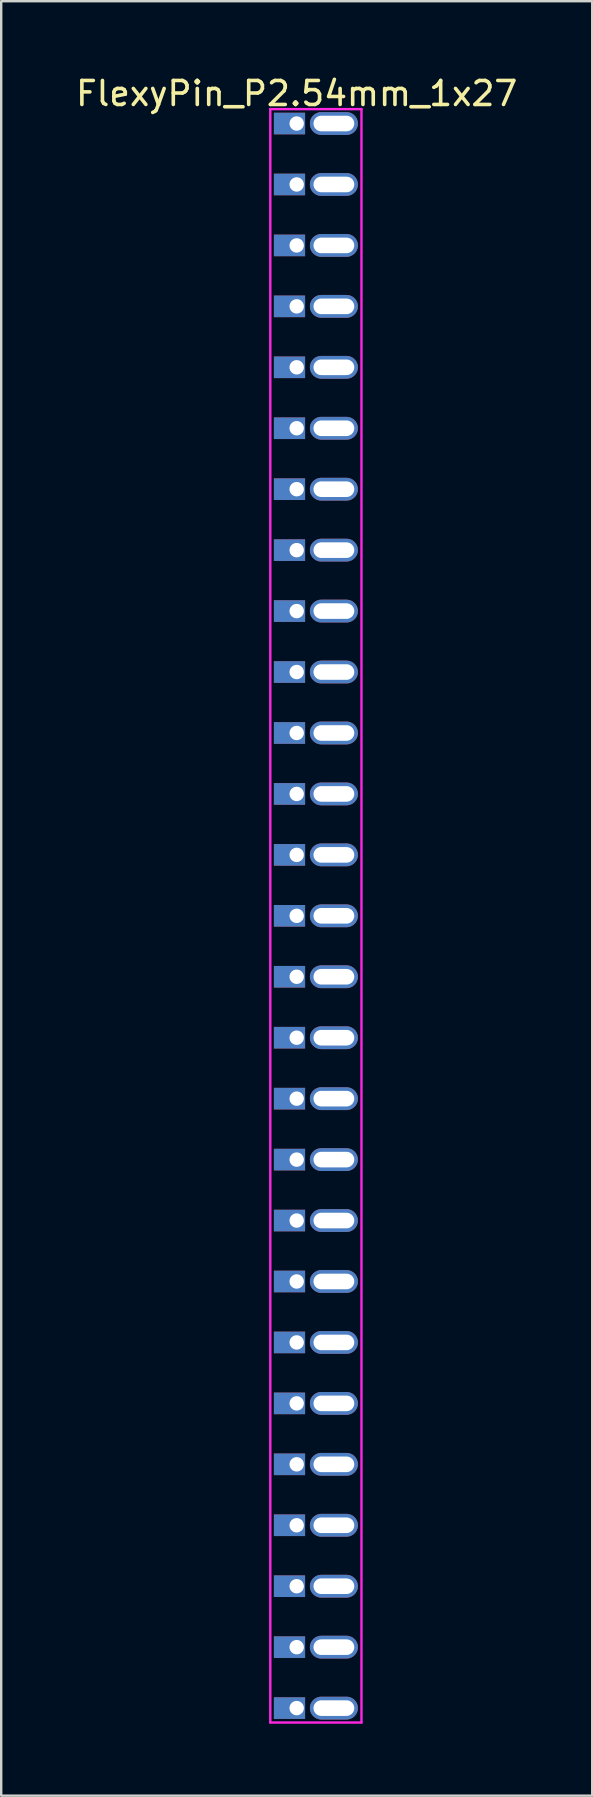
<source format=kicad_pcb>
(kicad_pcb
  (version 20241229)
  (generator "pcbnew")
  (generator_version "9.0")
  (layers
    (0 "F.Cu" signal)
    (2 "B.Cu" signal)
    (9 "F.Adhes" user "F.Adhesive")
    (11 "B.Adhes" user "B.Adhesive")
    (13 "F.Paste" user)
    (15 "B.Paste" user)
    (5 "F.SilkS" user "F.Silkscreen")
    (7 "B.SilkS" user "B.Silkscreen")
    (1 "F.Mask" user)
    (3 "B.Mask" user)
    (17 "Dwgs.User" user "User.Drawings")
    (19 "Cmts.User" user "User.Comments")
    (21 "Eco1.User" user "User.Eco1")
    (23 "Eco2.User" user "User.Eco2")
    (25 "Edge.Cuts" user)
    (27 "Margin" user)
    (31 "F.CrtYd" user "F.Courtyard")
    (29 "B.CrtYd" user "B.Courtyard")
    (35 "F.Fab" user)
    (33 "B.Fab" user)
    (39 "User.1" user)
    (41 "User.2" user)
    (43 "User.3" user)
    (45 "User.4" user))
  (footprint "FlexyPin_P2.54mm_1x27"
    (layer "F.Cu")
    (at 9.315 2.098)
    (property "Reference" "FlexyPin_P2.54mm_1x27" (at 0 -1.25 0) (layer "F.SilkS") (effects (font (size 1 1) (thickness 0.15))))
    (attr through_hole)
    (fp_line (start -1.1 -0.6) (end 2.7 -0.6) (stroke (width 0.1) (type solid)) (layer "F.CrtYd"))
    (fp_line (start -1.1 66.64) (end -1.1 -0.6) (stroke (width 0.1) (type solid)) (layer "F.CrtYd"))
    (fp_line (start 2.7 -0.6) (end 2.7 66.64) (stroke (width 0.1) (type solid)) (layer "F.CrtYd"))
    (fp_line (start 2.7 66.64) (end -1.1 66.64) (stroke (width 0.1) (type solid)) (layer "F.CrtYd"))
    (pad "" thru_hole oval (at 1.55 0) (size 2 0.95) (drill oval 1.7 0.65) (layers "*.Cu" "*.Mask"))
    (pad "" thru_hole oval (at 1.55 2.54) (size 2 0.95) (drill oval 1.7 0.65) (layers "*.Cu" "*.Mask"))
    (pad "" thru_hole oval (at 1.55 5.08) (size 2 0.95) (drill oval 1.7 0.65) (layers "*.Cu" "*.Mask"))
    (pad "" thru_hole oval (at 1.55 7.62) (size 2 0.95) (drill oval 1.7 0.65) (layers "*.Cu" "*.Mask"))
    (pad "" thru_hole oval (at 1.55 10.16) (size 2 0.95) (drill oval 1.7 0.65) (layers "*.Cu" "*.Mask"))
    (pad "" thru_hole oval (at 1.55 12.7) (size 2 0.95) (drill oval 1.7 0.65) (layers "*.Cu" "*.Mask"))
    (pad "" thru_hole oval (at 1.55 15.24) (size 2 0.95) (drill oval 1.7 0.65) (layers "*.Cu" "*.Mask"))
    (pad "" thru_hole oval (at 1.55 17.78) (size 2 0.95) (drill oval 1.7 0.65) (layers "*.Cu" "*.Mask"))
    (pad "" thru_hole oval (at 1.55 20.32) (size 2 0.95) (drill oval 1.7 0.65) (layers "*.Cu" "*.Mask"))
    (pad "" thru_hole oval (at 1.55 22.86) (size 2 0.95) (drill oval 1.7 0.65) (layers "*.Cu" "*.Mask"))
    (pad "" thru_hole oval (at 1.55 25.4) (size 2 0.95) (drill oval 1.7 0.65) (layers "*.Cu" "*.Mask"))
    (pad "" thru_hole oval (at 1.55 27.94) (size 2 0.95) (drill oval 1.7 0.65) (layers "*.Cu" "*.Mask"))
    (pad "" thru_hole oval (at 1.55 30.48) (size 2 0.95) (drill oval 1.7 0.65) (layers "*.Cu" "*.Mask"))
    (pad "" thru_hole oval (at 1.55 33.02) (size 2 0.95) (drill oval 1.7 0.65) (layers "*.Cu" "*.Mask"))
    (pad "" thru_hole oval (at 1.55 35.56) (size 2 0.95) (drill oval 1.7 0.65) (layers "*.Cu" "*.Mask"))
    (pad "" thru_hole oval (at 1.55 38.1) (size 2 0.95) (drill oval 1.7 0.65) (layers "*.Cu" "*.Mask"))
    (pad "" thru_hole oval (at 1.55 40.64) (size 2 0.95) (drill oval 1.7 0.65) (layers "*.Cu" "*.Mask"))
    (pad "" thru_hole oval (at 1.55 43.18) (size 2 0.95) (drill oval 1.7 0.65) (layers "*.Cu" "*.Mask"))
    (pad "" thru_hole oval (at 1.55 45.72) (size 2 0.95) (drill oval 1.7 0.65) (layers "*.Cu" "*.Mask"))
    (pad "" thru_hole oval (at 1.55 48.26) (size 2 0.95) (drill oval 1.7 0.65) (layers "*.Cu" "*.Mask"))
    (pad "" thru_hole oval (at 1.55 50.8) (size 2 0.95) (drill oval 1.7 0.65) (layers "*.Cu" "*.Mask"))
    (pad "" thru_hole oval (at 1.55 53.34) (size 2 0.95) (drill oval 1.7 0.65) (layers "*.Cu" "*.Mask"))
    (pad "" thru_hole oval (at 1.55 55.88) (size 2 0.95) (drill oval 1.7 0.65) (layers "*.Cu" "*.Mask"))
    (pad "" thru_hole oval (at 1.55 58.42) (size 2 0.95) (drill oval 1.7 0.65) (layers "*.Cu" "*.Mask"))
    (pad "" thru_hole oval (at 1.55 60.96) (size 2 0.95) (drill oval 1.7 0.65) (layers "*.Cu" "*.Mask"))
    (pad "" thru_hole oval (at 1.55 63.5) (size 2 0.95) (drill oval 1.7 0.65) (layers "*.Cu" "*.Mask"))
    (pad "" thru_hole oval (at 1.55 66.04) (size 2 0.95) (drill oval 1.7 0.65) (layers "*.Cu" "*.Mask"))
    (pad "1" thru_hole rect (at 0 0) (size 1.3 0.9) (drill 0.6 (offset -0.3 0)) (layers "*.Cu" "*.Mask"))
    (pad "2" thru_hole rect (at 0 2.54) (size 1.3 0.9) (drill 0.6 (offset -0.3 0)) (layers "*.Cu" "*.Mask"))
    (pad "3" thru_hole rect (at 0 5.08) (size 1.3 0.9) (drill 0.6 (offset -0.3 0)) (layers "*.Cu" "*.Mask"))
    (pad "4" thru_hole rect (at 0 7.62) (size 1.3 0.9) (drill 0.6 (offset -0.3 0)) (layers "*.Cu" "*.Mask"))
    (pad "5" thru_hole rect (at 0 10.16) (size 1.3 0.9) (drill 0.6 (offset -0.3 0)) (layers "*.Cu" "*.Mask"))
    (pad "6" thru_hole rect (at 0 12.7) (size 1.3 0.9) (drill 0.6 (offset -0.3 0)) (layers "*.Cu" "*.Mask"))
    (pad "7" thru_hole rect (at 0 15.24) (size 1.3 0.9) (drill 0.6 (offset -0.3 0)) (layers "*.Cu" "*.Mask"))
    (pad "8" thru_hole rect (at 0 17.78) (size 1.3 0.9) (drill 0.6 (offset -0.3 0)) (layers "*.Cu" "*.Mask"))
    (pad "9" thru_hole rect (at 0 20.32) (size 1.3 0.9) (drill 0.6 (offset -0.3 0)) (layers "*.Cu" "*.Mask"))
    (pad "10" thru_hole rect (at 0 22.86) (size 1.3 0.9) (drill 0.6 (offset -0.3 0)) (layers "*.Cu" "*.Mask"))
    (pad "11" thru_hole rect (at 0 25.4) (size 1.3 0.9) (drill 0.6 (offset -0.3 0)) (layers "*.Cu" "*.Mask"))
    (pad "12" thru_hole rect (at 0 27.94) (size 1.3 0.9) (drill 0.6 (offset -0.3 0)) (layers "*.Cu" "*.Mask"))
    (pad "13" thru_hole rect (at 0 30.48) (size 1.3 0.9) (drill 0.6 (offset -0.3 0)) (layers "*.Cu" "*.Mask"))
    (pad "14" thru_hole rect (at 0 33.02) (size 1.3 0.9) (drill 0.6 (offset -0.3 0)) (layers "*.Cu" "*.Mask"))
    (pad "15" thru_hole rect (at 0 35.56) (size 1.3 0.9) (drill 0.6 (offset -0.3 0)) (layers "*.Cu" "*.Mask"))
    (pad "16" thru_hole rect (at 0 38.1) (size 1.3 0.9) (drill 0.6 (offset -0.3 0)) (layers "*.Cu" "*.Mask"))
    (pad "17" thru_hole rect (at 0 40.64) (size 1.3 0.9) (drill 0.6 (offset -0.3 0)) (layers "*.Cu" "*.Mask"))
    (pad "18" thru_hole rect (at 0 43.18) (size 1.3 0.9) (drill 0.6 (offset -0.3 0)) (layers "*.Cu" "*.Mask"))
    (pad "19" thru_hole rect (at 0 45.72) (size 1.3 0.9) (drill 0.6 (offset -0.3 0)) (layers "*.Cu" "*.Mask"))
    (pad "20" thru_hole rect (at 0 48.26) (size 1.3 0.9) (drill 0.6 (offset -0.3 0)) (layers "*.Cu" "*.Mask"))
    (pad "21" thru_hole rect (at 0 50.8) (size 1.3 0.9) (drill 0.6 (offset -0.3 0)) (layers "*.Cu" "*.Mask"))
    (pad "22" thru_hole rect (at 0 53.34) (size 1.3 0.9) (drill 0.6 (offset -0.3 0)) (layers "*.Cu" "*.Mask"))
    (pad "23" thru_hole rect (at 0 55.88) (size 1.3 0.9) (drill 0.6 (offset -0.3 0)) (layers "*.Cu" "*.Mask"))
    (pad "24" thru_hole rect (at 0 58.42) (size 1.3 0.9) (drill 0.6 (offset -0.3 0)) (layers "*.Cu" "*.Mask"))
    (pad "25" thru_hole rect (at 0 60.96) (size 1.3 0.9) (drill 0.6 (offset -0.3 0)) (layers "*.Cu" "*.Mask"))
    (pad "26" thru_hole rect (at 0 63.5) (size 1.3 0.9) (drill 0.6 (offset -0.3 0)) (layers "*.Cu" "*.Mask"))
    (pad "27" thru_hole rect (at 0 66.04) (size 1.3 0.9) (drill 0.6 (offset -0.3 0)) (layers "*.Cu" "*.Mask")))
  (gr_rect
    (start -3 -3)
    (end 21.631 71.788)
    (stroke (width 0.1) (type default))
    (fill no)
    (layer "Edge.Cuts")))
</source>
